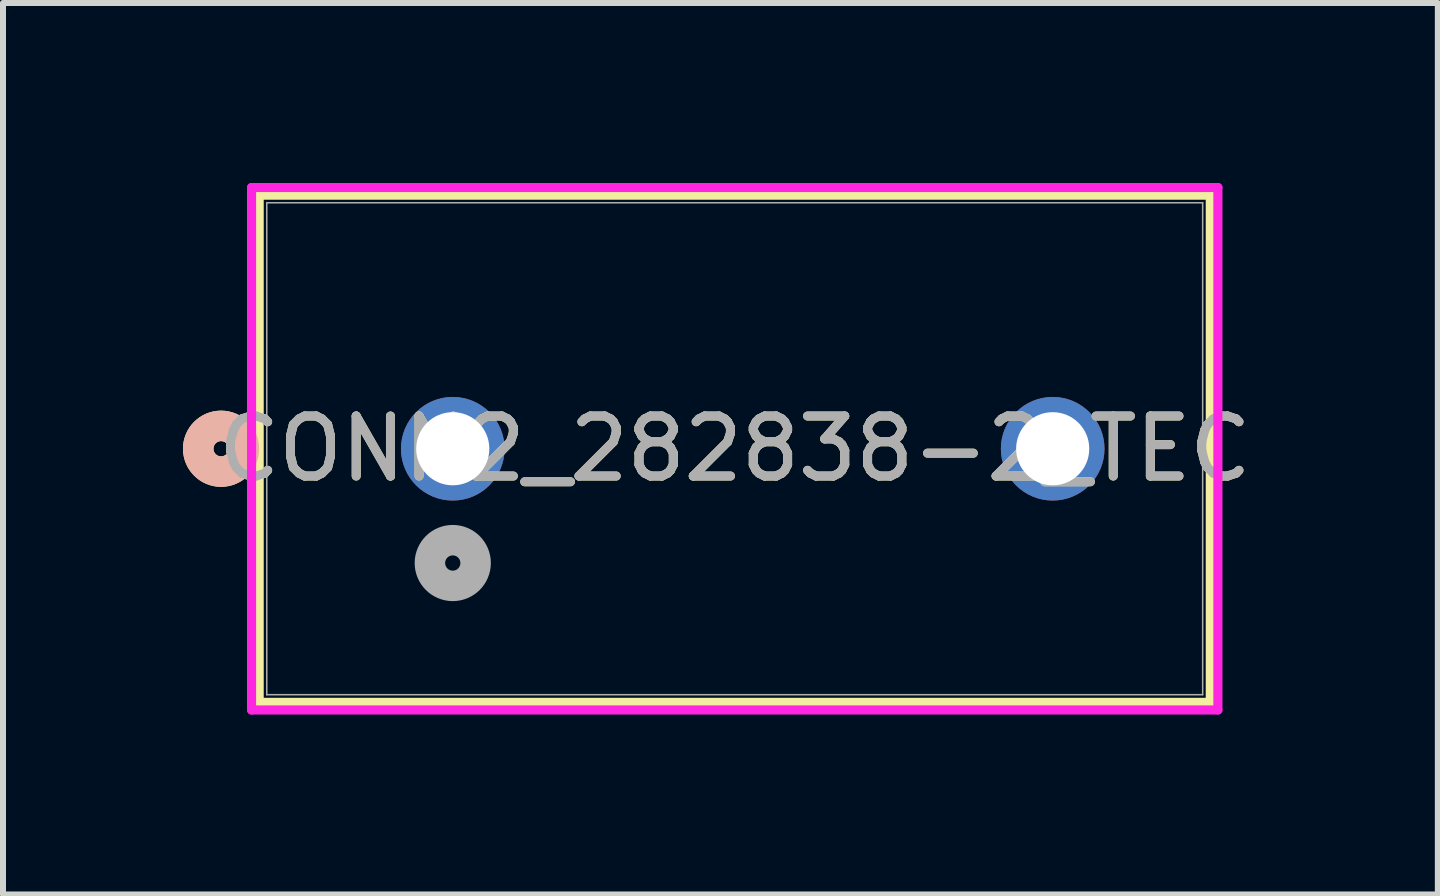
<source format=kicad_pcb>
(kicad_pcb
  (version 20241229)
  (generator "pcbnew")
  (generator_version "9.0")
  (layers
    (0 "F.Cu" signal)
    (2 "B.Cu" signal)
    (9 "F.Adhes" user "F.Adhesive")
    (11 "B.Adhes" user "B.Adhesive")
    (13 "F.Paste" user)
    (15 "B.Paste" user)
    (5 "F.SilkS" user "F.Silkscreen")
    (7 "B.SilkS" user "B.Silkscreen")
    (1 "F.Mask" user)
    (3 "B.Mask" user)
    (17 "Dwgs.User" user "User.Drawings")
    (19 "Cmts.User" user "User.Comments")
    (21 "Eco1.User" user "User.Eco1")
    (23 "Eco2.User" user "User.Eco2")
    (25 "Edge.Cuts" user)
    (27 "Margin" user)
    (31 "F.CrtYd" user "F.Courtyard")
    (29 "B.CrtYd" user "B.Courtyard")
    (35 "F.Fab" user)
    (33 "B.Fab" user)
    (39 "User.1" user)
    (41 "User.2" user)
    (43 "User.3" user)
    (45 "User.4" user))
  (footprint "CONN2_282838-2_TEC"
    (layer "F.Cu")
    (at 4.497 4.43)
    (property "Reference" "CONN2_282838-2_TEC" (at 4.7 0 0) (unlocked yes) (layer "F.SilkS") (effects (font (size 1 1) (thickness 0.15))))
    (attr through_hole)
    (fp_line (start -3.227 -4.227) (end -3.227 4.227) (stroke (width 0.152) (type solid)) (layer "F.SilkS"))
    (fp_line (start -3.227 4.227) (end 12.627 4.227) (stroke (width 0.152) (type solid)) (layer "F.SilkS"))
    (fp_line (start 12.627 -4.227) (end -3.227 -4.227) (stroke (width 0.152) (type solid)) (layer "F.SilkS"))
    (fp_line (start 12.627 4.227) (end 12.627 -4.227) (stroke (width 0.152) (type solid)) (layer "F.SilkS"))
    (fp_circle (center -3.862 0) (end -3.481 0) (stroke (width 0.508) (type solid)) (fill no) (layer "F.SilkS"))
    (fp_circle (center -3.862 0) (end -3.481 0) (stroke (width 0.508) (type solid)) (fill no) (layer "B.SilkS"))
    (fp_line (start -3.354 -4.354) (end -3.354 4.354) (stroke (width 0.152) (type solid)) (layer "F.CrtYd"))
    (fp_line (start -3.354 4.354) (end 12.754 4.354) (stroke (width 0.152) (type solid)) (layer "F.CrtYd"))
    (fp_line (start 12.754 -4.354) (end -3.354 -4.354) (stroke (width 0.152) (type solid)) (layer "F.CrtYd"))
    (fp_line (start 12.754 4.354) (end 12.754 -4.354) (stroke (width 0.152) (type solid)) (layer "F.CrtYd"))
    (fp_line (start -3.1 -4.1) (end -3.1 4.1) (stroke (width 0.025) (type solid)) (layer "F.Fab"))
    (fp_line (start -3.1 4.1) (end 12.5 4.1) (stroke (width 0.025) (type solid)) (layer "F.Fab"))
    (fp_line (start 12.5 -4.1) (end -3.1 -4.1) (stroke (width 0.025) (type solid)) (layer "F.Fab"))
    (fp_line (start 12.5 4.1) (end 12.5 -4.1) (stroke (width 0.025) (type solid)) (layer "F.Fab"))
    (fp_circle (center 0 1.905) (end 0.381 1.905) (stroke (width 0.508) (type solid)) (fill no) (layer "F.Fab"))
    (fp_text user "${REFERENCE}" (at 4.7 0 0) (unlocked yes) (layer "F.Fab") (effects (font (size 1 1) (thickness 0.15))))
    (pad "1" thru_hole circle (at 0 0) (size 1.727 1.727) (drill 1.219) (layers "*.Cu" "*.Mask"))
    (pad "2" thru_hole circle (at 10 0) (size 1.727 1.727) (drill 1.219) (layers "*.Cu" "*.Mask")))
  (gr_rect
    (start -3 -3)
    (end 20.917 11.86)
    (stroke (width 0.1) (type default))
    (fill no)
    (layer "Edge.Cuts")))
</source>
